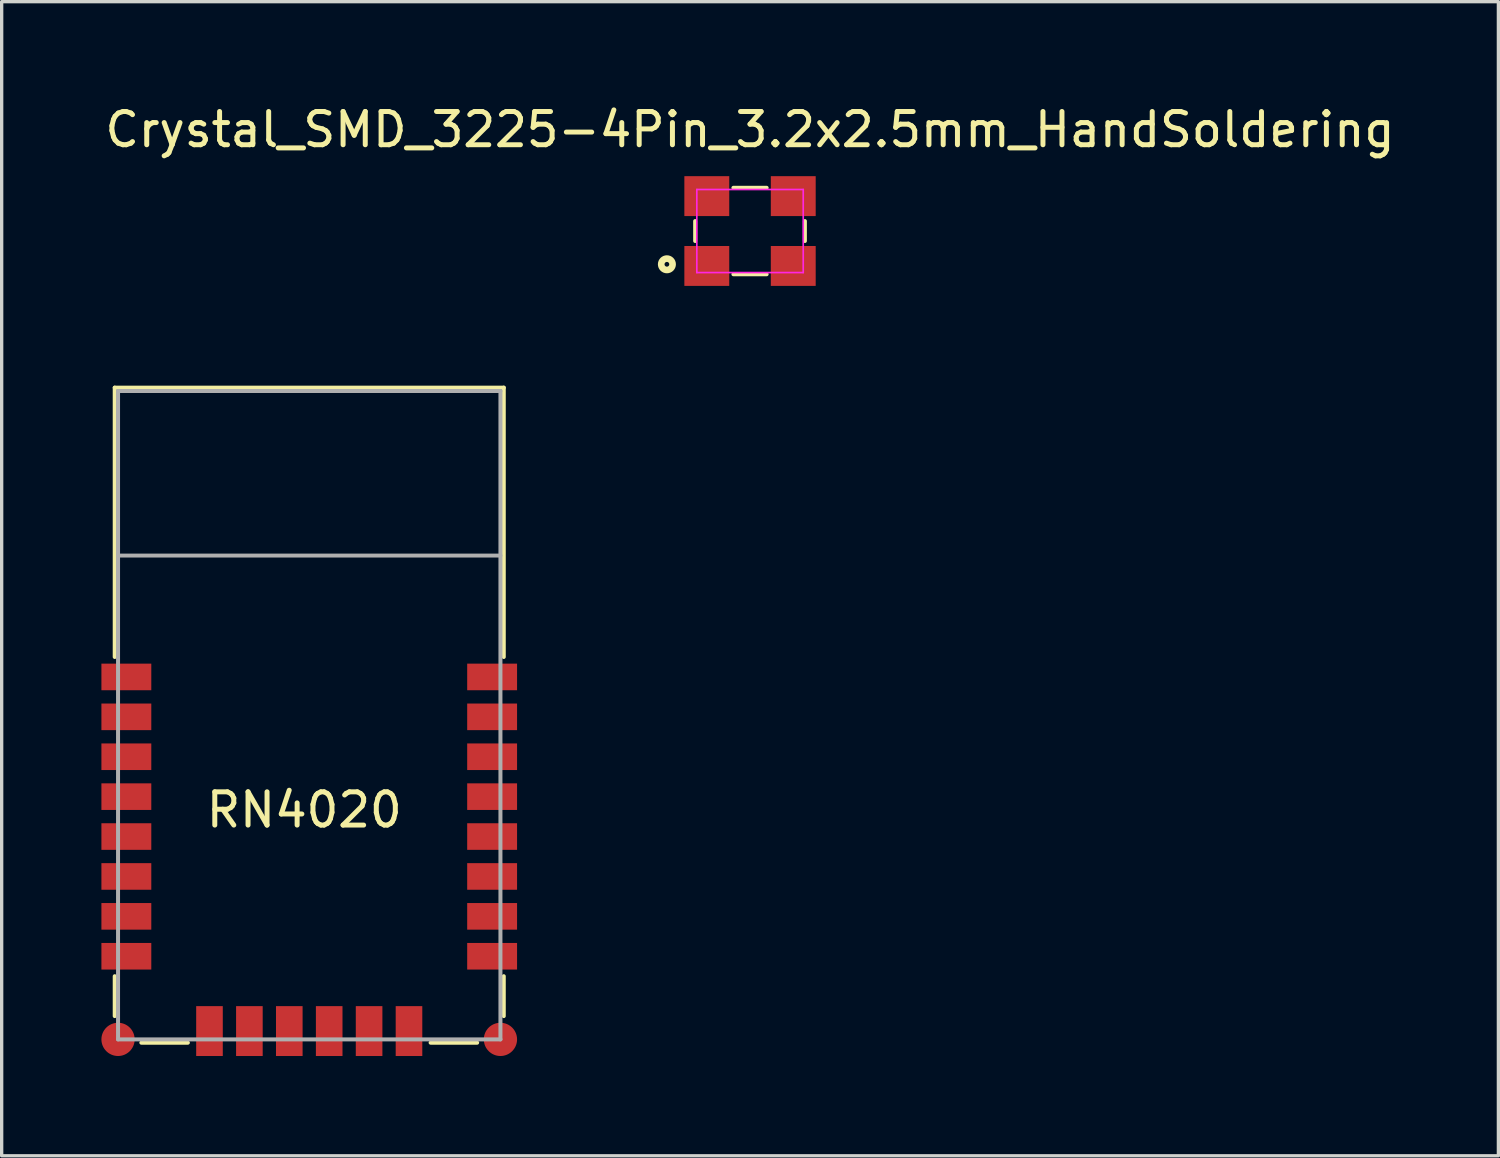
<source format=kicad_pcb>
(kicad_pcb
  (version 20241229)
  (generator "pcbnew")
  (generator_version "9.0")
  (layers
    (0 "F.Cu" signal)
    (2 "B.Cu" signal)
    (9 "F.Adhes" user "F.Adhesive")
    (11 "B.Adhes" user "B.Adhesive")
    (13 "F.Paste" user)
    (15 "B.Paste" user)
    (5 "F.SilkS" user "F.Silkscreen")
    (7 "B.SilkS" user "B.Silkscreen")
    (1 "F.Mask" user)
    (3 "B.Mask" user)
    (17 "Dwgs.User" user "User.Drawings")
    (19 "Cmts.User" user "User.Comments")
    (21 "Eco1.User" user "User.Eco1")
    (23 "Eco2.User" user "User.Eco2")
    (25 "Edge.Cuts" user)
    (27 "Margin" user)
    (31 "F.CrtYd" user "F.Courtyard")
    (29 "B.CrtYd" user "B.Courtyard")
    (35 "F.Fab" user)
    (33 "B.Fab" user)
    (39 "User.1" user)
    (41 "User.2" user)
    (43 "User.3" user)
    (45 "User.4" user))
  (footprint "RN4020"
    (layer "F.Cu")
    (at 0.5 28.208)
    (property "Reference" "RN4020" (at 5.6 -6.9 0) (layer "F.SilkS") (effects (font (size 1 1) (thickness 0.15))))
    (attr through_hole)
    (fp_line (start -0.1 -19.6) (end 11.6 -19.6) (stroke (width 0.12) (type solid)) (layer "F.SilkS"))
    (fp_line (start -0.1 -11.5) (end -0.1 -19.6) (stroke (width 0.12) (type solid)) (layer "F.SilkS"))
    (fp_line (start -0.1 -1.9) (end -0.1 -0.7) (stroke (width 0.12) (type solid)) (layer "F.SilkS"))
    (fp_line (start 0.7 0.1) (end 2.1 0.1) (stroke (width 0.12) (type solid)) (layer "F.SilkS"))
    (fp_line (start 10.8 0.1) (end 9.4 0.1) (stroke (width 0.12) (type solid)) (layer "F.SilkS"))
    (fp_line (start 11.6 -19.6) (end 11.6 -11.5) (stroke (width 0.12) (type solid)) (layer "F.SilkS"))
    (fp_line (start 11.6 -1.9) (end 11.6 -0.7) (stroke (width 0.12) (type solid)) (layer "F.SilkS"))
    (fp_line (start 0 -19.5) (end 11.5 -19.5) (stroke (width 0.12) (type solid)) (layer "F.Fab"))
    (fp_line (start 0 -14.55) (end 11.5 -14.55) (stroke (width 0.12) (type solid)) (layer "F.Fab"))
    (fp_line (start 0 0) (end 0 -19.5) (stroke (width 0.12) (type solid)) (layer "F.Fab"))
    (fp_line (start 11.5 -19.5) (end 11.5 0) (stroke (width 0.12) (type solid)) (layer "F.Fab"))
    (fp_line (start 11.5 0) (end 0 0) (stroke (width 0.12) (type solid)) (layer "F.Fab"))
    (pad "1" smd rect (at 0.25 -10.9) (size 1.5 0.8) (layers "F.Cu" "F.Mask" "F.Paste"))
    (pad "2" smd rect (at 0.25 -9.7) (size 1.5 0.8) (layers "F.Cu" "F.Mask" "F.Paste"))
    (pad "3" smd rect (at 0.25 -8.5) (size 1.5 0.8) (layers "F.Cu" "F.Mask" "F.Paste"))
    (pad "4" smd rect (at 0.25 -7.3) (size 1.5 0.8) (layers "F.Cu" "F.Mask" "F.Paste"))
    (pad "5" smd rect (at 0.25 -6.1) (size 1.5 0.8) (layers "F.Cu" "F.Mask" "F.Paste"))
    (pad "6" smd rect (at 0.25 -4.9) (size 1.5 0.8) (layers "F.Cu" "F.Mask" "F.Paste"))
    (pad "7" smd rect (at 0.25 -3.7) (size 1.5 0.8) (layers "F.Cu" "F.Mask" "F.Paste"))
    (pad "8" smd rect (at 0.25 -2.5) (size 1.5 0.8) (layers "F.Cu" "F.Mask" "F.Paste"))
    (pad "9" smd circle (at 0 0) (size 1 1) (layers "F.Cu" "F.Mask" "F.Paste"))
    (pad "10" smd rect (at 2.75 -0.25) (size 0.8 1.5) (layers "F.Cu" "F.Mask" "F.Paste"))
    (pad "11" smd rect (at 3.95 -0.25) (size 0.8 1.5) (layers "F.Cu" "F.Mask" "F.Paste"))
    (pad "12" smd rect (at 5.15 -0.25) (size 0.8 1.5) (layers "F.Cu" "F.Mask" "F.Paste"))
    (pad "13" smd rect (at 6.35 -0.25) (size 0.8 1.5) (layers "F.Cu" "F.Mask" "F.Paste"))
    (pad "14" smd rect (at 7.55 -0.25) (size 0.8 1.5) (layers "F.Cu" "F.Mask" "F.Paste"))
    (pad "15" smd rect (at 8.75 -0.25) (size 0.8 1.5) (layers "F.Cu" "F.Mask" "F.Paste"))
    (pad "16" smd circle (at 11.5 0) (size 1 1) (layers "F.Cu" "F.Mask" "F.Paste"))
    (pad "17" smd rect (at 11.25 -2.5) (size 1.5 0.8) (layers "F.Cu" "F.Mask" "F.Paste"))
    (pad "18" smd rect (at 11.25 -3.7) (size 1.5 0.8) (layers "F.Cu" "F.Mask" "F.Paste"))
    (pad "19" smd rect (at 11.25 -4.9) (size 1.5 0.8) (layers "F.Cu" "F.Mask" "F.Paste"))
    (pad "20" smd rect (at 11.25 -6.1) (size 1.5 0.8) (layers "F.Cu" "F.Mask" "F.Paste"))
    (pad "21" smd rect (at 11.25 -7.3) (size 1.5 0.8) (layers "F.Cu" "F.Mask" "F.Paste"))
    (pad "22" smd rect (at 11.25 -8.5) (size 1.5 0.8) (layers "F.Cu" "F.Mask" "F.Paste"))
    (pad "23" smd rect (at 11.25 -9.7) (size 1.5 0.8) (layers "F.Cu" "F.Mask" "F.Paste"))
    (pad "24" smd rect (at 11.25 -10.9) (size 1.5 0.8) (layers "F.Cu" "F.Mask" "F.Paste")))
  (footprint "Crystal_SMD_3225-4Pin_3.2x2.5mm_HandSoldering"
    (layer "F.Cu")
    (at 19.506 3.898)
    (property "Reference" "Crystal_SMD_3225-4Pin_3.2x2.5mm_HandSoldering" (at 0 -3.05 0) (layer "F.SilkS") (effects (font (size 1 1) (thickness 0.15))))
    (attr smd)
    (fp_line (start -1.65 -0.3) (end -1.65 0.3) (stroke (width 0.12) (type solid)) (layer "F.SilkS"))
    (fp_line (start -0.5 1.3) (end 0.5 1.3) (stroke (width 0.12) (type solid)) (layer "F.SilkS"))
    (fp_line (start 0.5 -1.3) (end -0.5 -1.3) (stroke (width 0.12) (type solid)) (layer "F.SilkS"))
    (fp_line (start 1.65 0.3) (end 1.65 -0.3) (stroke (width 0.12) (type solid)) (layer "F.SilkS"))
    (fp_circle (center -2.5 1) (end -2.429 1) (stroke (width 0.2) (type solid)) (fill no) (layer "F.SilkS"))
    (fp_line (start -1.6 -1.25) (end -1.6 1.25) (stroke (width 0.05) (type solid)) (layer "F.CrtYd"))
    (fp_line (start -1.6 1.25) (end 1.6 1.25) (stroke (width 0.05) (type solid)) (layer "F.CrtYd"))
    (fp_line (start 1.6 -1.25) (end -1.6 -1.25) (stroke (width 0.05) (type solid)) (layer "F.CrtYd"))
    (fp_line (start 1.6 1.25) (end 1.6 -1.25) (stroke (width 0.05) (type solid)) (layer "F.CrtYd"))
    (pad "1" smd rect (at -1.3 1.05) (size 1.35 1.2) (layers "F.Cu" "F.Mask" "F.Paste"))
    (pad "2" smd rect (at 1.3 1.05) (size 1.35 1.2) (layers "F.Cu" "F.Mask" "F.Paste"))
    (pad "3" smd rect (at 1.3 -1.05) (size 1.35 1.2) (layers "F.Cu" "F.Mask" "F.Paste"))
    (pad "4" smd rect (at -1.3 -1.05) (size 1.35 1.2) (layers "F.Cu" "F.Mask" "F.Paste")))
  (gr_rect
    (start -3 -3)
    (end 42.012 31.708)
    (stroke (width 0.1) (type default))
    (fill no)
    (layer "Edge.Cuts")))
</source>
